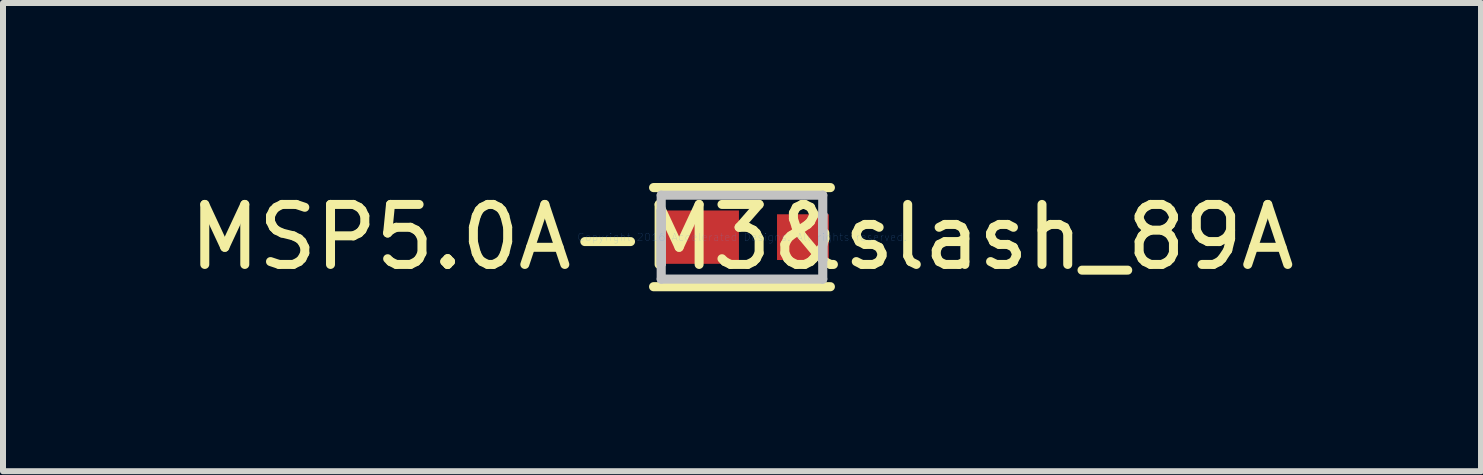
<source format=kicad_pcb>
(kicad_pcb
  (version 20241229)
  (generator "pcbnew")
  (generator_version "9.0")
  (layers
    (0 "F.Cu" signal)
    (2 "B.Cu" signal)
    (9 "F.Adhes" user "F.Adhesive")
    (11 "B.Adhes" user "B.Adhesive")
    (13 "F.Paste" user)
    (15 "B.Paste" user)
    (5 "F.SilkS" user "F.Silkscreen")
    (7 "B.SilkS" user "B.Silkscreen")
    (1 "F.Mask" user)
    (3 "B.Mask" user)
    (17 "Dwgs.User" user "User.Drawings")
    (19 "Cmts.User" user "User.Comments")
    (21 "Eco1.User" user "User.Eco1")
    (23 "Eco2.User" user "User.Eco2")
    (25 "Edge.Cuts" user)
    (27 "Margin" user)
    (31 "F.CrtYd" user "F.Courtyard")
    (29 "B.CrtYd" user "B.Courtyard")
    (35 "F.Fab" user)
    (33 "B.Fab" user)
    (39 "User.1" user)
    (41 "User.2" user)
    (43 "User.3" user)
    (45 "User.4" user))
  (footprint "MSP5.0A-M3&slash_89A"
    (layer "F.Cu")
    (at 9.315 0.902)
    (property "Reference" "MSP5.0A-M3&slash_89A" (at 0 0 0) (layer "F.SilkS") (effects (font (size 1 1) (thickness 0.15))))
    (attr through_hole)
    (fp_line (start -1.473 0.826) (end 1.473 0.826) (stroke (width 0.152) (type solid)) (layer "F.SilkS"))
    (fp_line (start 1.473 -0.826) (end -1.473 -0.826) (stroke (width 0.152) (type solid)) (layer "F.SilkS"))
    (fp_line (start -1.346 -0.699) (end -1.346 0.699) (stroke (width 0.152) (type solid)) (layer "Dwgs.User"))
    (fp_line (start -1.346 -0.445) (end -1.346 -0.445) (stroke (width 0.152) (type solid)) (layer "Dwgs.User"))
    (fp_line (start -1.346 -0.445) (end -1.346 0.445) (stroke (width 0.152) (type solid)) (layer "Dwgs.User"))
    (fp_line (start -1.346 0.445) (end -1.346 -0.445) (stroke (width 0.152) (type solid)) (layer "Dwgs.User"))
    (fp_line (start -1.346 0.445) (end -1.346 0.445) (stroke (width 0.152) (type solid)) (layer "Dwgs.User"))
    (fp_line (start -1.346 0.699) (end 1.346 0.699) (stroke (width 0.152) (type solid)) (layer "Dwgs.User"))
    (fp_line (start 1.346 -0.699) (end -1.346 -0.699) (stroke (width 0.152) (type solid)) (layer "Dwgs.User"))
    (fp_line (start 1.346 -0.381) (end 1.346 -0.381) (stroke (width 0.152) (type solid)) (layer "Dwgs.User"))
    (fp_line (start 1.346 -0.381) (end 1.346 0.381) (stroke (width 0.152) (type solid)) (layer "Dwgs.User"))
    (fp_line (start 1.346 0.381) (end 1.346 -0.381) (stroke (width 0.152) (type solid)) (layer "Dwgs.User"))
    (fp_line (start 1.346 0.381) (end 1.346 0.381) (stroke (width 0.152) (type solid)) (layer "Dwgs.User"))
    (fp_line (start 1.346 0.699) (end 1.346 -0.699) (stroke (width 0.152) (type solid)) (layer "Dwgs.User"))
    (fp_text user "Copyright 2016 Accelerated Designs. All rights reserved." (at 0 0 0) (layer "Cmts.User") (effects (font (size 0.127 0.127) (thickness 0.002))))
    (pad "1" smd rect (at -0.749 0) (size 1.397 0.889) (layers "F.Cu" "F.Mask" "F.Paste"))
    (pad "2" smd rect (at 1.016 0) (size 0.864 0.762) (layers "F.Cu" "F.Mask" "F.Paste")))
  (gr_rect
    (start -3 -3)
    (end 21.631 4.803)
    (stroke (width 0.1) (type default))
    (fill no)
    (layer "Edge.Cuts")))
</source>
